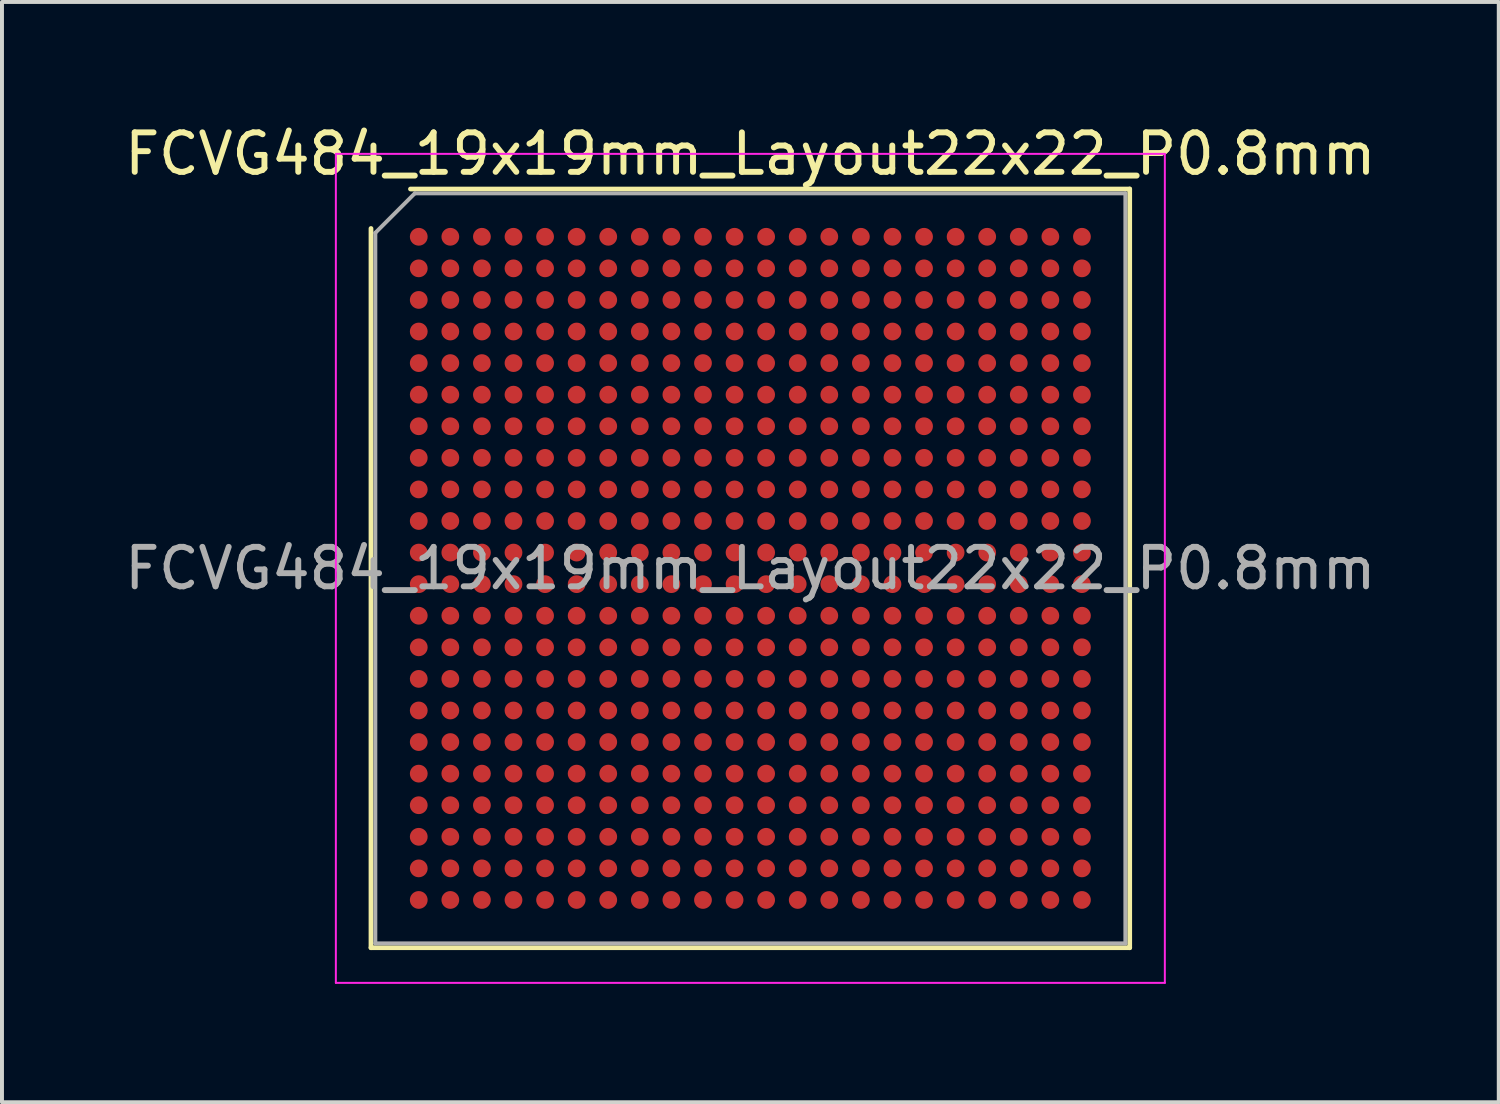
<source format=kicad_pcb>
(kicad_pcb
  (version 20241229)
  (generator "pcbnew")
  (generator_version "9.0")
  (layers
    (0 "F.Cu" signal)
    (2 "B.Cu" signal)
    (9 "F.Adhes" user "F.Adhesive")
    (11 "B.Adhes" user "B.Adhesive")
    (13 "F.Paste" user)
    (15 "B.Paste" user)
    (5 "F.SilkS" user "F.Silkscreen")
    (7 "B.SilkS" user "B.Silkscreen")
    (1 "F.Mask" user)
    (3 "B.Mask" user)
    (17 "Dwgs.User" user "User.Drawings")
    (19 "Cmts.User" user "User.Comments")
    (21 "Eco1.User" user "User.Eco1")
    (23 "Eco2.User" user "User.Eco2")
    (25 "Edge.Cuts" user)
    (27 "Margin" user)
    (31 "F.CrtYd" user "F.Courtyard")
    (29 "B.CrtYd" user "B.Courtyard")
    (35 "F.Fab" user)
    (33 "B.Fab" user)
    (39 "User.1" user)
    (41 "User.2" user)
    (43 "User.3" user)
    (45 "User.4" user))
  (footprint "FCVG484_19x19mm_Layout22x22_P0.8mm"
    (layer "F.Cu")
    (at 15.958 11.348)
    (property "Reference" "FCVG484_19x19mm_Layout22x22_P0.8mm" (at 0 -10.5 0) (layer "F.SilkS") (effects (font (size 1 1) (thickness 0.15))))
    (attr smd)
    (fp_line (start -9.61 9.61) (end -9.61 -8.61) (stroke (width 0.12) (type solid)) (layer "F.SilkS"))
    (fp_line (start -8.61 -9.61) (end 9.61 -9.61) (stroke (width 0.12) (type solid)) (layer "F.SilkS"))
    (fp_line (start 9.61 -9.61) (end 9.61 9.61) (stroke (width 0.12) (type solid)) (layer "F.SilkS"))
    (fp_line (start 9.61 9.61) (end -9.61 9.61) (stroke (width 0.12) (type solid)) (layer "F.SilkS"))
    (fp_line (start -10.5 -10.5) (end -10.5 10.5) (stroke (width 0.05) (type solid)) (layer "F.CrtYd"))
    (fp_line (start -10.5 10.5) (end 10.5 10.5) (stroke (width 0.05) (type solid)) (layer "F.CrtYd"))
    (fp_line (start 10.5 -10.5) (end -10.5 -10.5) (stroke (width 0.05) (type solid)) (layer "F.CrtYd"))
    (fp_line (start 10.5 10.5) (end 10.5 -10.5) (stroke (width 0.05) (type solid)) (layer "F.CrtYd"))
    (fp_line (start -9.5 -8.5) (end -8.5 -9.5) (stroke (width 0.1) (type solid)) (layer "F.Fab"))
    (fp_line (start -9.5 9.5) (end -9.5 -8.5) (stroke (width 0.1) (type solid)) (layer "F.Fab"))
    (fp_line (start -8.5 -9.5) (end 9.5 -9.5) (stroke (width 0.1) (type solid)) (layer "F.Fab"))
    (fp_line (start 9.5 -9.5) (end 9.5 9.5) (stroke (width 0.1) (type solid)) (layer "F.Fab"))
    (fp_line (start 9.5 9.5) (end -9.5 9.5) (stroke (width 0.1) (type solid)) (layer "F.Fab"))
    (fp_text user "${REFERENCE}" (at 0 0 0) (layer "F.Fab") (effects (font (size 1 1) (thickness 0.15))))
    (pad "A1" smd circle (at -8.4 -8.4) (size 0.45 0.45) (layers "F.Cu" "F.Mask" "F.Paste"))
    (pad "A2" smd circle (at -7.6 -8.4) (size 0.45 0.45) (layers "F.Cu" "F.Mask" "F.Paste"))
    (pad "A3" smd circle (at -6.8 -8.4) (size 0.45 0.45) (layers "F.Cu" "F.Mask" "F.Paste"))
    (pad "A4" smd circle (at -6 -8.4) (size 0.45 0.45) (layers "F.Cu" "F.Mask" "F.Paste"))
    (pad "A5" smd circle (at -5.2 -8.4) (size 0.45 0.45) (layers "F.Cu" "F.Mask" "F.Paste"))
    (pad "A6" smd circle (at -4.4 -8.4) (size 0.45 0.45) (layers "F.Cu" "F.Mask" "F.Paste"))
    (pad "A7" smd circle (at -3.6 -8.4) (size 0.45 0.45) (layers "F.Cu" "F.Mask" "F.Paste"))
    (pad "A8" smd circle (at -2.8 -8.4) (size 0.45 0.45) (layers "F.Cu" "F.Mask" "F.Paste"))
    (pad "A9" smd circle (at -2 -8.4) (size 0.45 0.45) (layers "F.Cu" "F.Mask" "F.Paste"))
    (pad "A10" smd circle (at -1.2 -8.4) (size 0.45 0.45) (layers "F.Cu" "F.Mask" "F.Paste"))
    (pad "A11" smd circle (at -0.4 -8.4) (size 0.45 0.45) (layers "F.Cu" "F.Mask" "F.Paste"))
    (pad "A12" smd circle (at 0.4 -8.4) (size 0.45 0.45) (layers "F.Cu" "F.Mask" "F.Paste"))
    (pad "A13" smd circle (at 1.2 -8.4) (size 0.45 0.45) (layers "F.Cu" "F.Mask" "F.Paste"))
    (pad "A14" smd circle (at 2 -8.4) (size 0.45 0.45) (layers "F.Cu" "F.Mask" "F.Paste"))
    (pad "A15" smd circle (at 2.8 -8.4) (size 0.45 0.45) (layers "F.Cu" "F.Mask" "F.Paste"))
    (pad "A16" smd circle (at 3.6 -8.4) (size 0.45 0.45) (layers "F.Cu" "F.Mask" "F.Paste"))
    (pad "A17" smd circle (at 4.4 -8.4) (size 0.45 0.45) (layers "F.Cu" "F.Mask" "F.Paste"))
    (pad "A18" smd circle (at 5.2 -8.4) (size 0.45 0.45) (layers "F.Cu" "F.Mask" "F.Paste"))
    (pad "A19" smd circle (at 6 -8.4) (size 0.45 0.45) (layers "F.Cu" "F.Mask" "F.Paste"))
    (pad "A20" smd circle (at 6.8 -8.4) (size 0.45 0.45) (layers "F.Cu" "F.Mask" "F.Paste"))
    (pad "A21" smd circle (at 7.6 -8.4) (size 0.45 0.45) (layers "F.Cu" "F.Mask" "F.Paste"))
    (pad "A22" smd circle (at 8.4 -8.4) (size 0.45 0.45) (layers "F.Cu" "F.Mask" "F.Paste"))
    (pad "AA1" smd circle (at -8.4 7.6) (size 0.45 0.45) (layers "F.Cu" "F.Mask" "F.Paste"))
    (pad "AA2" smd circle (at -7.6 7.6) (size 0.45 0.45) (layers "F.Cu" "F.Mask" "F.Paste"))
    (pad "AA3" smd circle (at -6.8 7.6) (size 0.45 0.45) (layers "F.Cu" "F.Mask" "F.Paste"))
    (pad "AA4" smd circle (at -6 7.6) (size 0.45 0.45) (layers "F.Cu" "F.Mask" "F.Paste"))
    (pad "AA5" smd circle (at -5.2 7.6) (size 0.45 0.45) (layers "F.Cu" "F.Mask" "F.Paste"))
    (pad "AA6" smd circle (at -4.4 7.6) (size 0.45 0.45) (layers "F.Cu" "F.Mask" "F.Paste"))
    (pad "AA7" smd circle (at -3.6 7.6) (size 0.45 0.45) (layers "F.Cu" "F.Mask" "F.Paste"))
    (pad "AA8" smd circle (at -2.8 7.6) (size 0.45 0.45) (layers "F.Cu" "F.Mask" "F.Paste"))
    (pad "AA9" smd circle (at -2 7.6) (size 0.45 0.45) (layers "F.Cu" "F.Mask" "F.Paste"))
    (pad "AA10" smd circle (at -1.2 7.6) (size 0.45 0.45) (layers "F.Cu" "F.Mask" "F.Paste"))
    (pad "AA11" smd circle (at -0.4 7.6) (size 0.45 0.45) (layers "F.Cu" "F.Mask" "F.Paste"))
    (pad "AA12" smd circle (at 0.4 7.6) (size 0.45 0.45) (layers "F.Cu" "F.Mask" "F.Paste"))
    (pad "AA13" smd circle (at 1.2 7.6) (size 0.45 0.45) (layers "F.Cu" "F.Mask" "F.Paste"))
    (pad "AA14" smd circle (at 2 7.6) (size 0.45 0.45) (layers "F.Cu" "F.Mask" "F.Paste"))
    (pad "AA15" smd circle (at 2.8 7.6) (size 0.45 0.45) (layers "F.Cu" "F.Mask" "F.Paste"))
    (pad "AA16" smd circle (at 3.6 7.6) (size 0.45 0.45) (layers "F.Cu" "F.Mask" "F.Paste"))
    (pad "AA17" smd circle (at 4.4 7.6) (size 0.45 0.45) (layers "F.Cu" "F.Mask" "F.Paste"))
    (pad "AA18" smd circle (at 5.2 7.6) (size 0.45 0.45) (layers "F.Cu" "F.Mask" "F.Paste"))
    (pad "AA19" smd circle (at 6 7.6) (size 0.45 0.45) (layers "F.Cu" "F.Mask" "F.Paste"))
    (pad "AA20" smd circle (at 6.8 7.6) (size 0.45 0.45) (layers "F.Cu" "F.Mask" "F.Paste"))
    (pad "AA21" smd circle (at 7.6 7.6) (size 0.45 0.45) (layers "F.Cu" "F.Mask" "F.Paste"))
    (pad "AA22" smd circle (at 8.4 7.6) (size 0.45 0.45) (layers "F.Cu" "F.Mask" "F.Paste"))
    (pad "AB1" smd circle (at -8.4 8.4) (size 0.45 0.45) (layers "F.Cu" "F.Mask" "F.Paste"))
    (pad "AB2" smd circle (at -7.6 8.4) (size 0.45 0.45) (layers "F.Cu" "F.Mask" "F.Paste"))
    (pad "AB3" smd circle (at -6.8 8.4) (size 0.45 0.45) (layers "F.Cu" "F.Mask" "F.Paste"))
    (pad "AB4" smd circle (at -6 8.4) (size 0.45 0.45) (layers "F.Cu" "F.Mask" "F.Paste"))
    (pad "AB5" smd circle (at -5.2 8.4) (size 0.45 0.45) (layers "F.Cu" "F.Mask" "F.Paste"))
    (pad "AB6" smd circle (at -4.4 8.4) (size 0.45 0.45) (layers "F.Cu" "F.Mask" "F.Paste"))
    (pad "AB7" smd circle (at -3.6 8.4) (size 0.45 0.45) (layers "F.Cu" "F.Mask" "F.Paste"))
    (pad "AB8" smd circle (at -2.8 8.4) (size 0.45 0.45) (layers "F.Cu" "F.Mask" "F.Paste"))
    (pad "AB9" smd circle (at -2 8.4) (size 0.45 0.45) (layers "F.Cu" "F.Mask" "F.Paste"))
    (pad "AB10" smd circle (at -1.2 8.4) (size 0.45 0.45) (layers "F.Cu" "F.Mask" "F.Paste"))
    (pad "AB11" smd circle (at -0.4 8.4) (size 0.45 0.45) (layers "F.Cu" "F.Mask" "F.Paste"))
    (pad "AB12" smd circle (at 0.4 8.4) (size 0.45 0.45) (layers "F.Cu" "F.Mask" "F.Paste"))
    (pad "AB13" smd circle (at 1.2 8.4) (size 0.45 0.45) (layers "F.Cu" "F.Mask" "F.Paste"))
    (pad "AB14" smd circle (at 2 8.4) (size 0.45 0.45) (layers "F.Cu" "F.Mask" "F.Paste"))
    (pad "AB15" smd circle (at 2.8 8.4) (size 0.45 0.45) (layers "F.Cu" "F.Mask" "F.Paste"))
    (pad "AB16" smd circle (at 3.6 8.4) (size 0.45 0.45) (layers "F.Cu" "F.Mask" "F.Paste"))
    (pad "AB17" smd circle (at 4.4 8.4) (size 0.45 0.45) (layers "F.Cu" "F.Mask" "F.Paste"))
    (pad "AB18" smd circle (at 5.2 8.4) (size 0.45 0.45) (layers "F.Cu" "F.Mask" "F.Paste"))
    (pad "AB19" smd circle (at 6 8.4) (size 0.45 0.45) (layers "F.Cu" "F.Mask" "F.Paste"))
    (pad "AB20" smd circle (at 6.8 8.4) (size 0.45 0.45) (layers "F.Cu" "F.Mask" "F.Paste"))
    (pad "AB21" smd circle (at 7.6 8.4) (size 0.45 0.45) (layers "F.Cu" "F.Mask" "F.Paste"))
    (pad "AB22" smd circle (at 8.4 8.4) (size 0.45 0.45) (layers "F.Cu" "F.Mask" "F.Paste"))
    (pad "B1" smd circle (at -8.4 -7.6) (size 0.45 0.45) (layers "F.Cu" "F.Mask" "F.Paste"))
    (pad "B2" smd circle (at -7.6 -7.6) (size 0.45 0.45) (layers "F.Cu" "F.Mask" "F.Paste"))
    (pad "B3" smd circle (at -6.8 -7.6) (size 0.45 0.45) (layers "F.Cu" "F.Mask" "F.Paste"))
    (pad "B4" smd circle (at -6 -7.6) (size 0.45 0.45) (layers "F.Cu" "F.Mask" "F.Paste"))
    (pad "B5" smd circle (at -5.2 -7.6) (size 0.45 0.45) (layers "F.Cu" "F.Mask" "F.Paste"))
    (pad "B6" smd circle (at -4.4 -7.6) (size 0.45 0.45) (layers "F.Cu" "F.Mask" "F.Paste"))
    (pad "B7" smd circle (at -3.6 -7.6) (size 0.45 0.45) (layers "F.Cu" "F.Mask" "F.Paste"))
    (pad "B8" smd circle (at -2.8 -7.6) (size 0.45 0.45) (layers "F.Cu" "F.Mask" "F.Paste"))
    (pad "B9" smd circle (at -2 -7.6) (size 0.45 0.45) (layers "F.Cu" "F.Mask" "F.Paste"))
    (pad "B10" smd circle (at -1.2 -7.6) (size 0.45 0.45) (layers "F.Cu" "F.Mask" "F.Paste"))
    (pad "B11" smd circle (at -0.4 -7.6) (size 0.45 0.45) (layers "F.Cu" "F.Mask" "F.Paste"))
    (pad "B12" smd circle (at 0.4 -7.6) (size 0.45 0.45) (layers "F.Cu" "F.Mask" "F.Paste"))
    (pad "B13" smd circle (at 1.2 -7.6) (size 0.45 0.45) (layers "F.Cu" "F.Mask" "F.Paste"))
    (pad "B14" smd circle (at 2 -7.6) (size 0.45 0.45) (layers "F.Cu" "F.Mask" "F.Paste"))
    (pad "B15" smd circle (at 2.8 -7.6) (size 0.45 0.45) (layers "F.Cu" "F.Mask" "F.Paste"))
    (pad "B16" smd circle (at 3.6 -7.6) (size 0.45 0.45) (layers "F.Cu" "F.Mask" "F.Paste"))
    (pad "B17" smd circle (at 4.4 -7.6) (size 0.45 0.45) (layers "F.Cu" "F.Mask" "F.Paste"))
    (pad "B18" smd circle (at 5.2 -7.6) (size 0.45 0.45) (layers "F.Cu" "F.Mask" "F.Paste"))
    (pad "B19" smd circle (at 6 -7.6) (size 0.45 0.45) (layers "F.Cu" "F.Mask" "F.Paste"))
    (pad "B20" smd circle (at 6.8 -7.6) (size 0.45 0.45) (layers "F.Cu" "F.Mask" "F.Paste"))
    (pad "B21" smd circle (at 7.6 -7.6) (size 0.45 0.45) (layers "F.Cu" "F.Mask" "F.Paste"))
    (pad "B22" smd circle (at 8.4 -7.6) (size 0.45 0.45) (layers "F.Cu" "F.Mask" "F.Paste"))
    (pad "C1" smd circle (at -8.4 -6.8) (size 0.45 0.45) (layers "F.Cu" "F.Mask" "F.Paste"))
    (pad "C2" smd circle (at -7.6 -6.8) (size 0.45 0.45) (layers "F.Cu" "F.Mask" "F.Paste"))
    (pad "C3" smd circle (at -6.8 -6.8) (size 0.45 0.45) (layers "F.Cu" "F.Mask" "F.Paste"))
    (pad "C4" smd circle (at -6 -6.8) (size 0.45 0.45) (layers "F.Cu" "F.Mask" "F.Paste"))
    (pad "C5" smd circle (at -5.2 -6.8) (size 0.45 0.45) (layers "F.Cu" "F.Mask" "F.Paste"))
    (pad "C6" smd circle (at -4.4 -6.8) (size 0.45 0.45) (layers "F.Cu" "F.Mask" "F.Paste"))
    (pad "C7" smd circle (at -3.6 -6.8) (size 0.45 0.45) (layers "F.Cu" "F.Mask" "F.Paste"))
    (pad "C8" smd circle (at -2.8 -6.8) (size 0.45 0.45) (layers "F.Cu" "F.Mask" "F.Paste"))
    (pad "C9" smd circle (at -2 -6.8) (size 0.45 0.45) (layers "F.Cu" "F.Mask" "F.Paste"))
    (pad "C10" smd circle (at -1.2 -6.8) (size 0.45 0.45) (layers "F.Cu" "F.Mask" "F.Paste"))
    (pad "C11" smd circle (at -0.4 -6.8) (size 0.45 0.45) (layers "F.Cu" "F.Mask" "F.Paste"))
    (pad "C12" smd circle (at 0.4 -6.8) (size 0.45 0.45) (layers "F.Cu" "F.Mask" "F.Paste"))
    (pad "C13" smd circle (at 1.2 -6.8) (size 0.45 0.45) (layers "F.Cu" "F.Mask" "F.Paste"))
    (pad "C14" smd circle (at 2 -6.8) (size 0.45 0.45) (layers "F.Cu" "F.Mask" "F.Paste"))
    (pad "C15" smd circle (at 2.8 -6.8) (size 0.45 0.45) (layers "F.Cu" "F.Mask" "F.Paste"))
    (pad "C16" smd circle (at 3.6 -6.8) (size 0.45 0.45) (layers "F.Cu" "F.Mask" "F.Paste"))
    (pad "C17" smd circle (at 4.4 -6.8) (size 0.45 0.45) (layers "F.Cu" "F.Mask" "F.Paste"))
    (pad "C18" smd circle (at 5.2 -6.8) (size 0.45 0.45) (layers "F.Cu" "F.Mask" "F.Paste"))
    (pad "C19" smd circle (at 6 -6.8) (size 0.45 0.45) (layers "F.Cu" "F.Mask" "F.Paste"))
    (pad "C20" smd circle (at 6.8 -6.8) (size 0.45 0.45) (layers "F.Cu" "F.Mask" "F.Paste"))
    (pad "C21" smd circle (at 7.6 -6.8) (size 0.45 0.45) (layers "F.Cu" "F.Mask" "F.Paste"))
    (pad "C22" smd circle (at 8.4 -6.8) (size 0.45 0.45) (layers "F.Cu" "F.Mask" "F.Paste"))
    (pad "D1" smd circle (at -8.4 -6) (size 0.45 0.45) (layers "F.Cu" "F.Mask" "F.Paste"))
    (pad "D2" smd circle (at -7.6 -6) (size 0.45 0.45) (layers "F.Cu" "F.Mask" "F.Paste"))
    (pad "D3" smd circle (at -6.8 -6) (size 0.45 0.45) (layers "F.Cu" "F.Mask" "F.Paste"))
    (pad "D4" smd circle (at -6 -6) (size 0.45 0.45) (layers "F.Cu" "F.Mask" "F.Paste"))
    (pad "D5" smd circle (at -5.2 -6) (size 0.45 0.45) (layers "F.Cu" "F.Mask" "F.Paste"))
    (pad "D6" smd circle (at -4.4 -6) (size 0.45 0.45) (layers "F.Cu" "F.Mask" "F.Paste"))
    (pad "D7" smd circle (at -3.6 -6) (size 0.45 0.45) (layers "F.Cu" "F.Mask" "F.Paste"))
    (pad "D8" smd circle (at -2.8 -6) (size 0.45 0.45) (layers "F.Cu" "F.Mask" "F.Paste"))
    (pad "D9" smd circle (at -2 -6) (size 0.45 0.45) (layers "F.Cu" "F.Mask" "F.Paste"))
    (pad "D10" smd circle (at -1.2 -6) (size 0.45 0.45) (layers "F.Cu" "F.Mask" "F.Paste"))
    (pad "D11" smd circle (at -0.4 -6) (size 0.45 0.45) (layers "F.Cu" "F.Mask" "F.Paste"))
    (pad "D12" smd circle (at 0.4 -6) (size 0.45 0.45) (layers "F.Cu" "F.Mask" "F.Paste"))
    (pad "D13" smd circle (at 1.2 -6) (size 0.45 0.45) (layers "F.Cu" "F.Mask" "F.Paste"))
    (pad "D14" smd circle (at 2 -6) (size 0.45 0.45) (layers "F.Cu" "F.Mask" "F.Paste"))
    (pad "D15" smd circle (at 2.8 -6) (size 0.45 0.45) (layers "F.Cu" "F.Mask" "F.Paste"))
    (pad "D16" smd circle (at 3.6 -6) (size 0.45 0.45) (layers "F.Cu" "F.Mask" "F.Paste"))
    (pad "D17" smd circle (at 4.4 -6) (size 0.45 0.45) (layers "F.Cu" "F.Mask" "F.Paste"))
    (pad "D18" smd circle (at 5.2 -6) (size 0.45 0.45) (layers "F.Cu" "F.Mask" "F.Paste"))
    (pad "D19" smd circle (at 6 -6) (size 0.45 0.45) (layers "F.Cu" "F.Mask" "F.Paste"))
    (pad "D20" smd circle (at 6.8 -6) (size 0.45 0.45) (layers "F.Cu" "F.Mask" "F.Paste"))
    (pad "D21" smd circle (at 7.6 -6) (size 0.45 0.45) (layers "F.Cu" "F.Mask" "F.Paste"))
    (pad "D22" smd circle (at 8.4 -6) (size 0.45 0.45) (layers "F.Cu" "F.Mask" "F.Paste"))
    (pad "E1" smd circle (at -8.4 -5.2) (size 0.45 0.45) (layers "F.Cu" "F.Mask" "F.Paste"))
    (pad "E2" smd circle (at -7.6 -5.2) (size 0.45 0.45) (layers "F.Cu" "F.Mask" "F.Paste"))
    (pad "E3" smd circle (at -6.8 -5.2) (size 0.45 0.45) (layers "F.Cu" "F.Mask" "F.Paste"))
    (pad "E4" smd circle (at -6 -5.2) (size 0.45 0.45) (layers "F.Cu" "F.Mask" "F.Paste"))
    (pad "E5" smd circle (at -5.2 -5.2) (size 0.45 0.45) (layers "F.Cu" "F.Mask" "F.Paste"))
    (pad "E6" smd circle (at -4.4 -5.2) (size 0.45 0.45) (layers "F.Cu" "F.Mask" "F.Paste"))
    (pad "E7" smd circle (at -3.6 -5.2) (size 0.45 0.45) (layers "F.Cu" "F.Mask" "F.Paste"))
    (pad "E8" smd circle (at -2.8 -5.2) (size 0.45 0.45) (layers "F.Cu" "F.Mask" "F.Paste"))
    (pad "E9" smd circle (at -2 -5.2) (size 0.45 0.45) (layers "F.Cu" "F.Mask" "F.Paste"))
    (pad "E10" smd circle (at -1.2 -5.2) (size 0.45 0.45) (layers "F.Cu" "F.Mask" "F.Paste"))
    (pad "E11" smd circle (at -0.4 -5.2) (size 0.45 0.45) (layers "F.Cu" "F.Mask" "F.Paste"))
    (pad "E12" smd circle (at 0.4 -5.2) (size 0.45 0.45) (layers "F.Cu" "F.Mask" "F.Paste"))
    (pad "E13" smd circle (at 1.2 -5.2) (size 0.45 0.45) (layers "F.Cu" "F.Mask" "F.Paste"))
    (pad "E14" smd circle (at 2 -5.2) (size 0.45 0.45) (layers "F.Cu" "F.Mask" "F.Paste"))
    (pad "E15" smd circle (at 2.8 -5.2) (size 0.45 0.45) (layers "F.Cu" "F.Mask" "F.Paste"))
    (pad "E16" smd circle (at 3.6 -5.2) (size 0.45 0.45) (layers "F.Cu" "F.Mask" "F.Paste"))
    (pad "E17" smd circle (at 4.4 -5.2) (size 0.45 0.45) (layers "F.Cu" "F.Mask" "F.Paste"))
    (pad "E18" smd circle (at 5.2 -5.2) (size 0.45 0.45) (layers "F.Cu" "F.Mask" "F.Paste"))
    (pad "E19" smd circle (at 6 -5.2) (size 0.45 0.45) (layers "F.Cu" "F.Mask" "F.Paste"))
    (pad "E20" smd circle (at 6.8 -5.2) (size 0.45 0.45) (layers "F.Cu" "F.Mask" "F.Paste"))
    (pad "E21" smd circle (at 7.6 -5.2) (size 0.45 0.45) (layers "F.Cu" "F.Mask" "F.Paste"))
    (pad "E22" smd circle (at 8.4 -5.2) (size 0.45 0.45) (layers "F.Cu" "F.Mask" "F.Paste"))
    (pad "F1" smd circle (at -8.4 -4.4) (size 0.45 0.45) (layers "F.Cu" "F.Mask" "F.Paste"))
    (pad "F2" smd circle (at -7.6 -4.4) (size 0.45 0.45) (layers "F.Cu" "F.Mask" "F.Paste"))
    (pad "F3" smd circle (at -6.8 -4.4) (size 0.45 0.45) (layers "F.Cu" "F.Mask" "F.Paste"))
    (pad "F4" smd circle (at -6 -4.4) (size 0.45 0.45) (layers "F.Cu" "F.Mask" "F.Paste"))
    (pad "F5" smd circle (at -5.2 -4.4) (size 0.45 0.45) (layers "F.Cu" "F.Mask" "F.Paste"))
    (pad "F6" smd circle (at -4.4 -4.4) (size 0.45 0.45) (layers "F.Cu" "F.Mask" "F.Paste"))
    (pad "F7" smd circle (at -3.6 -4.4) (size 0.45 0.45) (layers "F.Cu" "F.Mask" "F.Paste"))
    (pad "F8" smd circle (at -2.8 -4.4) (size 0.45 0.45) (layers "F.Cu" "F.Mask" "F.Paste"))
    (pad "F9" smd circle (at -2 -4.4) (size 0.45 0.45) (layers "F.Cu" "F.Mask" "F.Paste"))
    (pad "F10" smd circle (at -1.2 -4.4) (size 0.45 0.45) (layers "F.Cu" "F.Mask" "F.Paste"))
    (pad "F11" smd circle (at -0.4 -4.4) (size 0.45 0.45) (layers "F.Cu" "F.Mask" "F.Paste"))
    (pad "F12" smd circle (at 0.4 -4.4) (size 0.45 0.45) (layers "F.Cu" "F.Mask" "F.Paste"))
    (pad "F13" smd circle (at 1.2 -4.4) (size 0.45 0.45) (layers "F.Cu" "F.Mask" "F.Paste"))
    (pad "F14" smd circle (at 2 -4.4) (size 0.45 0.45) (layers "F.Cu" "F.Mask" "F.Paste"))
    (pad "F15" smd circle (at 2.8 -4.4) (size 0.45 0.45) (layers "F.Cu" "F.Mask" "F.Paste"))
    (pad "F16" smd circle (at 3.6 -4.4) (size 0.45 0.45) (layers "F.Cu" "F.Mask" "F.Paste"))
    (pad "F17" smd circle (at 4.4 -4.4) (size 0.45 0.45) (layers "F.Cu" "F.Mask" "F.Paste"))
    (pad "F18" smd circle (at 5.2 -4.4) (size 0.45 0.45) (layers "F.Cu" "F.Mask" "F.Paste"))
    (pad "F19" smd circle (at 6 -4.4) (size 0.45 0.45) (layers "F.Cu" "F.Mask" "F.Paste"))
    (pad "F20" smd circle (at 6.8 -4.4) (size 0.45 0.45) (layers "F.Cu" "F.Mask" "F.Paste"))
    (pad "F21" smd circle (at 7.6 -4.4) (size 0.45 0.45) (layers "F.Cu" "F.Mask" "F.Paste"))
    (pad "F22" smd circle (at 8.4 -4.4) (size 0.45 0.45) (layers "F.Cu" "F.Mask" "F.Paste"))
    (pad "G1" smd circle (at -8.4 -3.6) (size 0.45 0.45) (layers "F.Cu" "F.Mask" "F.Paste"))
    (pad "G2" smd circle (at -7.6 -3.6) (size 0.45 0.45) (layers "F.Cu" "F.Mask" "F.Paste"))
    (pad "G3" smd circle (at -6.8 -3.6) (size 0.45 0.45) (layers "F.Cu" "F.Mask" "F.Paste"))
    (pad "G4" smd circle (at -6 -3.6) (size 0.45 0.45) (layers "F.Cu" "F.Mask" "F.Paste"))
    (pad "G5" smd circle (at -5.2 -3.6) (size 0.45 0.45) (layers "F.Cu" "F.Mask" "F.Paste"))
    (pad "G6" smd circle (at -4.4 -3.6) (size 0.45 0.45) (layers "F.Cu" "F.Mask" "F.Paste"))
    (pad "G7" smd circle (at -3.6 -3.6) (size 0.45 0.45) (layers "F.Cu" "F.Mask" "F.Paste"))
    (pad "G8" smd circle (at -2.8 -3.6) (size 0.45 0.45) (layers "F.Cu" "F.Mask" "F.Paste"))
    (pad "G9" smd circle (at -2 -3.6) (size 0.45 0.45) (layers "F.Cu" "F.Mask" "F.Paste"))
    (pad "G10" smd circle (at -1.2 -3.6) (size 0.45 0.45) (layers "F.Cu" "F.Mask" "F.Paste"))
    (pad "G11" smd circle (at -0.4 -3.6) (size 0.45 0.45) (layers "F.Cu" "F.Mask" "F.Paste"))
    (pad "G12" smd circle (at 0.4 -3.6) (size 0.45 0.45) (layers "F.Cu" "F.Mask" "F.Paste"))
    (pad "G13" smd circle (at 1.2 -3.6) (size 0.45 0.45) (layers "F.Cu" "F.Mask" "F.Paste"))
    (pad "G14" smd circle (at 2 -3.6) (size 0.45 0.45) (layers "F.Cu" "F.Mask" "F.Paste"))
    (pad "G15" smd circle (at 2.8 -3.6) (size 0.45 0.45) (layers "F.Cu" "F.Mask" "F.Paste"))
    (pad "G16" smd circle (at 3.6 -3.6) (size 0.45 0.45) (layers "F.Cu" "F.Mask" "F.Paste"))
    (pad "G17" smd circle (at 4.4 -3.6) (size 0.45 0.45) (layers "F.Cu" "F.Mask" "F.Paste"))
    (pad "G18" smd circle (at 5.2 -3.6) (size 0.45 0.45) (layers "F.Cu" "F.Mask" "F.Paste"))
    (pad "G19" smd circle (at 6 -3.6) (size 0.45 0.45) (layers "F.Cu" "F.Mask" "F.Paste"))
    (pad "G20" smd circle (at 6.8 -3.6) (size 0.45 0.45) (layers "F.Cu" "F.Mask" "F.Paste"))
    (pad "G21" smd circle (at 7.6 -3.6) (size 0.45 0.45) (layers "F.Cu" "F.Mask" "F.Paste"))
    (pad "G22" smd circle (at 8.4 -3.6) (size 0.45 0.45) (layers "F.Cu" "F.Mask" "F.Paste"))
    (pad "H1" smd circle (at -8.4 -2.8) (size 0.45 0.45) (layers "F.Cu" "F.Mask" "F.Paste"))
    (pad "H2" smd circle (at -7.6 -2.8) (size 0.45 0.45) (layers "F.Cu" "F.Mask" "F.Paste"))
    (pad "H3" smd circle (at -6.8 -2.8) (size 0.45 0.45) (layers "F.Cu" "F.Mask" "F.Paste"))
    (pad "H4" smd circle (at -6 -2.8) (size 0.45 0.45) (layers "F.Cu" "F.Mask" "F.Paste"))
    (pad "H5" smd circle (at -5.2 -2.8) (size 0.45 0.45) (layers "F.Cu" "F.Mask" "F.Paste"))
    (pad "H6" smd circle (at -4.4 -2.8) (size 0.45 0.45) (layers "F.Cu" "F.Mask" "F.Paste"))
    (pad "H7" smd circle (at -3.6 -2.8) (size 0.45 0.45) (layers "F.Cu" "F.Mask" "F.Paste"))
    (pad "H8" smd circle (at -2.8 -2.8) (size 0.45 0.45) (layers "F.Cu" "F.Mask" "F.Paste"))
    (pad "H9" smd circle (at -2 -2.8) (size 0.45 0.45) (layers "F.Cu" "F.Mask" "F.Paste"))
    (pad "H10" smd circle (at -1.2 -2.8) (size 0.45 0.45) (layers "F.Cu" "F.Mask" "F.Paste"))
    (pad "H11" smd circle (at -0.4 -2.8) (size 0.45 0.45) (layers "F.Cu" "F.Mask" "F.Paste"))
    (pad "H12" smd circle (at 0.4 -2.8) (size 0.45 0.45) (layers "F.Cu" "F.Mask" "F.Paste"))
    (pad "H13" smd circle (at 1.2 -2.8) (size 0.45 0.45) (layers "F.Cu" "F.Mask" "F.Paste"))
    (pad "H14" smd circle (at 2 -2.8) (size 0.45 0.45) (layers "F.Cu" "F.Mask" "F.Paste"))
    (pad "H15" smd circle (at 2.8 -2.8) (size 0.45 0.45) (layers "F.Cu" "F.Mask" "F.Paste"))
    (pad "H16" smd circle (at 3.6 -2.8) (size 0.45 0.45) (layers "F.Cu" "F.Mask" "F.Paste"))
    (pad "H17" smd circle (at 4.4 -2.8) (size 0.45 0.45) (layers "F.Cu" "F.Mask" "F.Paste"))
    (pad "H18" smd circle (at 5.2 -2.8) (size 0.45 0.45) (layers "F.Cu" "F.Mask" "F.Paste"))
    (pad "H19" smd circle (at 6 -2.8) (size 0.45 0.45) (layers "F.Cu" "F.Mask" "F.Paste"))
    (pad "H20" smd circle (at 6.8 -2.8) (size 0.45 0.45) (layers "F.Cu" "F.Mask" "F.Paste"))
    (pad "H21" smd circle (at 7.6 -2.8) (size 0.45 0.45) (layers "F.Cu" "F.Mask" "F.Paste"))
    (pad "H22" smd circle (at 8.4 -2.8) (size 0.45 0.45) (layers "F.Cu" "F.Mask" "F.Paste"))
    (pad "J1" smd circle (at -8.4 -2) (size 0.45 0.45) (layers "F.Cu" "F.Mask" "F.Paste"))
    (pad "J2" smd circle (at -7.6 -2) (size 0.45 0.45) (layers "F.Cu" "F.Mask" "F.Paste"))
    (pad "J3" smd circle (at -6.8 -2) (size 0.45 0.45) (layers "F.Cu" "F.Mask" "F.Paste"))
    (pad "J4" smd circle (at -6 -2) (size 0.45 0.45) (layers "F.Cu" "F.Mask" "F.Paste"))
    (pad "J5" smd circle (at -5.2 -2) (size 0.45 0.45) (layers "F.Cu" "F.Mask" "F.Paste"))
    (pad "J6" smd circle (at -4.4 -2) (size 0.45 0.45) (layers "F.Cu" "F.Mask" "F.Paste"))
    (pad "J7" smd circle (at -3.6 -2) (size 0.45 0.45) (layers "F.Cu" "F.Mask" "F.Paste"))
    (pad "J8" smd circle (at -2.8 -2) (size 0.45 0.45) (layers "F.Cu" "F.Mask" "F.Paste"))
    (pad "J9" smd circle (at -2 -2) (size 0.45 0.45) (layers "F.Cu" "F.Mask" "F.Paste"))
    (pad "J10" smd circle (at -1.2 -2) (size 0.45 0.45) (layers "F.Cu" "F.Mask" "F.Paste"))
    (pad "J11" smd circle (at -0.4 -2) (size 0.45 0.45) (layers "F.Cu" "F.Mask" "F.Paste"))
    (pad "J12" smd circle (at 0.4 -2) (size 0.45 0.45) (layers "F.Cu" "F.Mask" "F.Paste"))
    (pad "J13" smd circle (at 1.2 -2) (size 0.45 0.45) (layers "F.Cu" "F.Mask" "F.Paste"))
    (pad "J14" smd circle (at 2 -2) (size 0.45 0.45) (layers "F.Cu" "F.Mask" "F.Paste"))
    (pad "J15" smd circle (at 2.8 -2) (size 0.45 0.45) (layers "F.Cu" "F.Mask" "F.Paste"))
    (pad "J16" smd circle (at 3.6 -2) (size 0.45 0.45) (layers "F.Cu" "F.Mask" "F.Paste"))
    (pad "J17" smd circle (at 4.4 -2) (size 0.45 0.45) (layers "F.Cu" "F.Mask" "F.Paste"))
    (pad "J18" smd circle (at 5.2 -2) (size 0.45 0.45) (layers "F.Cu" "F.Mask" "F.Paste"))
    (pad "J19" smd circle (at 6 -2) (size 0.45 0.45) (layers "F.Cu" "F.Mask" "F.Paste"))
    (pad "J20" smd circle (at 6.8 -2) (size 0.45 0.45) (layers "F.Cu" "F.Mask" "F.Paste"))
    (pad "J21" smd circle (at 7.6 -2) (size 0.45 0.45) (layers "F.Cu" "F.Mask" "F.Paste"))
    (pad "J22" smd circle (at 8.4 -2) (size 0.45 0.45) (layers "F.Cu" "F.Mask" "F.Paste"))
    (pad "K1" smd circle (at -8.4 -1.2) (size 0.45 0.45) (layers "F.Cu" "F.Mask" "F.Paste"))
    (pad "K2" smd circle (at -7.6 -1.2) (size 0.45 0.45) (layers "F.Cu" "F.Mask" "F.Paste"))
    (pad "K3" smd circle (at -6.8 -1.2) (size 0.45 0.45) (layers "F.Cu" "F.Mask" "F.Paste"))
    (pad "K4" smd circle (at -6 -1.2) (size 0.45 0.45) (layers "F.Cu" "F.Mask" "F.Paste"))
    (pad "K5" smd circle (at -5.2 -1.2) (size 0.45 0.45) (layers "F.Cu" "F.Mask" "F.Paste"))
    (pad "K6" smd circle (at -4.4 -1.2) (size 0.45 0.45) (layers "F.Cu" "F.Mask" "F.Paste"))
    (pad "K7" smd circle (at -3.6 -1.2) (size 0.45 0.45) (layers "F.Cu" "F.Mask" "F.Paste"))
    (pad "K8" smd circle (at -2.8 -1.2) (size 0.45 0.45) (layers "F.Cu" "F.Mask" "F.Paste"))
    (pad "K9" smd circle (at -2 -1.2) (size 0.45 0.45) (layers "F.Cu" "F.Mask" "F.Paste"))
    (pad "K10" smd circle (at -1.2 -1.2) (size 0.45 0.45) (layers "F.Cu" "F.Mask" "F.Paste"))
    (pad "K11" smd circle (at -0.4 -1.2) (size 0.45 0.45) (layers "F.Cu" "F.Mask" "F.Paste"))
    (pad "K12" smd circle (at 0.4 -1.2) (size 0.45 0.45) (layers "F.Cu" "F.Mask" "F.Paste"))
    (pad "K13" smd circle (at 1.2 -1.2) (size 0.45 0.45) (layers "F.Cu" "F.Mask" "F.Paste"))
    (pad "K14" smd circle (at 2 -1.2) (size 0.45 0.45) (layers "F.Cu" "F.Mask" "F.Paste"))
    (pad "K15" smd circle (at 2.8 -1.2) (size 0.45 0.45) (layers "F.Cu" "F.Mask" "F.Paste"))
    (pad "K16" smd circle (at 3.6 -1.2) (size 0.45 0.45) (layers "F.Cu" "F.Mask" "F.Paste"))
    (pad "K17" smd circle (at 4.4 -1.2) (size 0.45 0.45) (layers "F.Cu" "F.Mask" "F.Paste"))
    (pad "K18" smd circle (at 5.2 -1.2) (size 0.45 0.45) (layers "F.Cu" "F.Mask" "F.Paste"))
    (pad "K19" smd circle (at 6 -1.2) (size 0.45 0.45) (layers "F.Cu" "F.Mask" "F.Paste"))
    (pad "K20" smd circle (at 6.8 -1.2) (size 0.45 0.45) (layers "F.Cu" "F.Mask" "F.Paste"))
    (pad "K21" smd circle (at 7.6 -1.2) (size 0.45 0.45) (layers "F.Cu" "F.Mask" "F.Paste"))
    (pad "K22" smd circle (at 8.4 -1.2) (size 0.45 0.45) (layers "F.Cu" "F.Mask" "F.Paste"))
    (pad "L1" smd circle (at -8.4 -0.4) (size 0.45 0.45) (layers "F.Cu" "F.Mask" "F.Paste"))
    (pad "L2" smd circle (at -7.6 -0.4) (size 0.45 0.45) (layers "F.Cu" "F.Mask" "F.Paste"))
    (pad "L3" smd circle (at -6.8 -0.4) (size 0.45 0.45) (layers "F.Cu" "F.Mask" "F.Paste"))
    (pad "L4" smd circle (at -6 -0.4) (size 0.45 0.45) (layers "F.Cu" "F.Mask" "F.Paste"))
    (pad "L5" smd circle (at -5.2 -0.4) (size 0.45 0.45) (layers "F.Cu" "F.Mask" "F.Paste"))
    (pad "L6" smd circle (at -4.4 -0.4) (size 0.45 0.45) (layers "F.Cu" "F.Mask" "F.Paste"))
    (pad "L7" smd circle (at -3.6 -0.4) (size 0.45 0.45) (layers "F.Cu" "F.Mask" "F.Paste"))
    (pad "L8" smd circle (at -2.8 -0.4) (size 0.45 0.45) (layers "F.Cu" "F.Mask" "F.Paste"))
    (pad "L9" smd circle (at -2 -0.4) (size 0.45 0.45) (layers "F.Cu" "F.Mask" "F.Paste"))
    (pad "L10" smd circle (at -1.2 -0.4) (size 0.45 0.45) (layers "F.Cu" "F.Mask" "F.Paste"))
    (pad "L11" smd circle (at -0.4 -0.4) (size 0.45 0.45) (layers "F.Cu" "F.Mask" "F.Paste"))
    (pad "L12" smd circle (at 0.4 -0.4) (size 0.45 0.45) (layers "F.Cu" "F.Mask" "F.Paste"))
    (pad "L13" smd circle (at 1.2 -0.4) (size 0.45 0.45) (layers "F.Cu" "F.Mask" "F.Paste"))
    (pad "L14" smd circle (at 2 -0.4) (size 0.45 0.45) (layers "F.Cu" "F.Mask" "F.Paste"))
    (pad "L15" smd circle (at 2.8 -0.4) (size 0.45 0.45) (layers "F.Cu" "F.Mask" "F.Paste"))
    (pad "L16" smd circle (at 3.6 -0.4) (size 0.45 0.45) (layers "F.Cu" "F.Mask" "F.Paste"))
    (pad "L17" smd circle (at 4.4 -0.4) (size 0.45 0.45) (layers "F.Cu" "F.Mask" "F.Paste"))
    (pad "L18" smd circle (at 5.2 -0.4) (size 0.45 0.45) (layers "F.Cu" "F.Mask" "F.Paste"))
    (pad "L19" smd circle (at 6 -0.4) (size 0.45 0.45) (layers "F.Cu" "F.Mask" "F.Paste"))
    (pad "L20" smd circle (at 6.8 -0.4) (size 0.45 0.45) (layers "F.Cu" "F.Mask" "F.Paste"))
    (pad "L21" smd circle (at 7.6 -0.4) (size 0.45 0.45) (layers "F.Cu" "F.Mask" "F.Paste"))
    (pad "L22" smd circle (at 8.4 -0.4) (size 0.45 0.45) (layers "F.Cu" "F.Mask" "F.Paste"))
    (pad "M1" smd circle (at -8.4 0.4) (size 0.45 0.45) (layers "F.Cu" "F.Mask" "F.Paste"))
    (pad "M2" smd circle (at -7.6 0.4) (size 0.45 0.45) (layers "F.Cu" "F.Mask" "F.Paste"))
    (pad "M3" smd circle (at -6.8 0.4) (size 0.45 0.45) (layers "F.Cu" "F.Mask" "F.Paste"))
    (pad "M4" smd circle (at -6 0.4) (size 0.45 0.45) (layers "F.Cu" "F.Mask" "F.Paste"))
    (pad "M5" smd circle (at -5.2 0.4) (size 0.45 0.45) (layers "F.Cu" "F.Mask" "F.Paste"))
    (pad "M6" smd circle (at -4.4 0.4) (size 0.45 0.45) (layers "F.Cu" "F.Mask" "F.Paste"))
    (pad "M7" smd circle (at -3.6 0.4) (size 0.45 0.45) (layers "F.Cu" "F.Mask" "F.Paste"))
    (pad "M8" smd circle (at -2.8 0.4) (size 0.45 0.45) (layers "F.Cu" "F.Mask" "F.Paste"))
    (pad "M9" smd circle (at -2 0.4) (size 0.45 0.45) (layers "F.Cu" "F.Mask" "F.Paste"))
    (pad "M10" smd circle (at -1.2 0.4) (size 0.45 0.45) (layers "F.Cu" "F.Mask" "F.Paste"))
    (pad "M11" smd circle (at -0.4 0.4) (size 0.45 0.45) (layers "F.Cu" "F.Mask" "F.Paste"))
    (pad "M12" smd circle (at 0.4 0.4) (size 0.45 0.45) (layers "F.Cu" "F.Mask" "F.Paste"))
    (pad "M13" smd circle (at 1.2 0.4) (size 0.45 0.45) (layers "F.Cu" "F.Mask" "F.Paste"))
    (pad "M14" smd circle (at 2 0.4) (size 0.45 0.45) (layers "F.Cu" "F.Mask" "F.Paste"))
    (pad "M15" smd circle (at 2.8 0.4) (size 0.45 0.45) (layers "F.Cu" "F.Mask" "F.Paste"))
    (pad "M16" smd circle (at 3.6 0.4) (size 0.45 0.45) (layers "F.Cu" "F.Mask" "F.Paste"))
    (pad "M17" smd circle (at 4.4 0.4) (size 0.45 0.45) (layers "F.Cu" "F.Mask" "F.Paste"))
    (pad "M18" smd circle (at 5.2 0.4) (size 0.45 0.45) (layers "F.Cu" "F.Mask" "F.Paste"))
    (pad "M19" smd circle (at 6 0.4) (size 0.45 0.45) (layers "F.Cu" "F.Mask" "F.Paste"))
    (pad "M20" smd circle (at 6.8 0.4) (size 0.45 0.45) (layers "F.Cu" "F.Mask" "F.Paste"))
    (pad "M21" smd circle (at 7.6 0.4) (size 0.45 0.45) (layers "F.Cu" "F.Mask" "F.Paste"))
    (pad "M22" smd circle (at 8.4 0.4) (size 0.45 0.45) (layers "F.Cu" "F.Mask" "F.Paste"))
    (pad "N1" smd circle (at -8.4 1.2) (size 0.45 0.45) (layers "F.Cu" "F.Mask" "F.Paste"))
    (pad "N2" smd circle (at -7.6 1.2) (size 0.45 0.45) (layers "F.Cu" "F.Mask" "F.Paste"))
    (pad "N3" smd circle (at -6.8 1.2) (size 0.45 0.45) (layers "F.Cu" "F.Mask" "F.Paste"))
    (pad "N4" smd circle (at -6 1.2) (size 0.45 0.45) (layers "F.Cu" "F.Mask" "F.Paste"))
    (pad "N5" smd circle (at -5.2 1.2) (size 0.45 0.45) (layers "F.Cu" "F.Mask" "F.Paste"))
    (pad "N6" smd circle (at -4.4 1.2) (size 0.45 0.45) (layers "F.Cu" "F.Mask" "F.Paste"))
    (pad "N7" smd circle (at -3.6 1.2) (size 0.45 0.45) (layers "F.Cu" "F.Mask" "F.Paste"))
    (pad "N8" smd circle (at -2.8 1.2) (size 0.45 0.45) (layers "F.Cu" "F.Mask" "F.Paste"))
    (pad "N9" smd circle (at -2 1.2) (size 0.45 0.45) (layers "F.Cu" "F.Mask" "F.Paste"))
    (pad "N10" smd circle (at -1.2 1.2) (size 0.45 0.45) (layers "F.Cu" "F.Mask" "F.Paste"))
    (pad "N11" smd circle (at -0.4 1.2) (size 0.45 0.45) (layers "F.Cu" "F.Mask" "F.Paste"))
    (pad "N12" smd circle (at 0.4 1.2) (size 0.45 0.45) (layers "F.Cu" "F.Mask" "F.Paste"))
    (pad "N13" smd circle (at 1.2 1.2) (size 0.45 0.45) (layers "F.Cu" "F.Mask" "F.Paste"))
    (pad "N14" smd circle (at 2 1.2) (size 0.45 0.45) (layers "F.Cu" "F.Mask" "F.Paste"))
    (pad "N15" smd circle (at 2.8 1.2) (size 0.45 0.45) (layers "F.Cu" "F.Mask" "F.Paste"))
    (pad "N16" smd circle (at 3.6 1.2) (size 0.45 0.45) (layers "F.Cu" "F.Mask" "F.Paste"))
    (pad "N17" smd circle (at 4.4 1.2) (size 0.45 0.45) (layers "F.Cu" "F.Mask" "F.Paste"))
    (pad "N18" smd circle (at 5.2 1.2) (size 0.45 0.45) (layers "F.Cu" "F.Mask" "F.Paste"))
    (pad "N19" smd circle (at 6 1.2) (size 0.45 0.45) (layers "F.Cu" "F.Mask" "F.Paste"))
    (pad "N20" smd circle (at 6.8 1.2) (size 0.45 0.45) (layers "F.Cu" "F.Mask" "F.Paste"))
    (pad "N21" smd circle (at 7.6 1.2) (size 0.45 0.45) (layers "F.Cu" "F.Mask" "F.Paste"))
    (pad "N22" smd circle (at 8.4 1.2) (size 0.45 0.45) (layers "F.Cu" "F.Mask" "F.Paste"))
    (pad "P1" smd circle (at -8.4 2) (size 0.45 0.45) (layers "F.Cu" "F.Mask" "F.Paste"))
    (pad "P2" smd circle (at -7.6 2) (size 0.45 0.45) (layers "F.Cu" "F.Mask" "F.Paste"))
    (pad "P3" smd circle (at -6.8 2) (size 0.45 0.45) (layers "F.Cu" "F.Mask" "F.Paste"))
    (pad "P4" smd circle (at -6 2) (size 0.45 0.45) (layers "F.Cu" "F.Mask" "F.Paste"))
    (pad "P5" smd circle (at -5.2 2) (size 0.45 0.45) (layers "F.Cu" "F.Mask" "F.Paste"))
    (pad "P6" smd circle (at -4.4 2) (size 0.45 0.45) (layers "F.Cu" "F.Mask" "F.Paste"))
    (pad "P7" smd circle (at -3.6 2) (size 0.45 0.45) (layers "F.Cu" "F.Mask" "F.Paste"))
    (pad "P8" smd circle (at -2.8 2) (size 0.45 0.45) (layers "F.Cu" "F.Mask" "F.Paste"))
    (pad "P9" smd circle (at -2 2) (size 0.45 0.45) (layers "F.Cu" "F.Mask" "F.Paste"))
    (pad "P10" smd circle (at -1.2 2) (size 0.45 0.45) (layers "F.Cu" "F.Mask" "F.Paste"))
    (pad "P11" smd circle (at -0.4 2) (size 0.45 0.45) (layers "F.Cu" "F.Mask" "F.Paste"))
    (pad "P12" smd circle (at 0.4 2) (size 0.45 0.45) (layers "F.Cu" "F.Mask" "F.Paste"))
    (pad "P13" smd circle (at 1.2 2) (size 0.45 0.45) (layers "F.Cu" "F.Mask" "F.Paste"))
    (pad "P14" smd circle (at 2 2) (size 0.45 0.45) (layers "F.Cu" "F.Mask" "F.Paste"))
    (pad "P15" smd circle (at 2.8 2) (size 0.45 0.45) (layers "F.Cu" "F.Mask" "F.Paste"))
    (pad "P16" smd circle (at 3.6 2) (size 0.45 0.45) (layers "F.Cu" "F.Mask" "F.Paste"))
    (pad "P17" smd circle (at 4.4 2) (size 0.45 0.45) (layers "F.Cu" "F.Mask" "F.Paste"))
    (pad "P18" smd circle (at 5.2 2) (size 0.45 0.45) (layers "F.Cu" "F.Mask" "F.Paste"))
    (pad "P19" smd circle (at 6 2) (size 0.45 0.45) (layers "F.Cu" "F.Mask" "F.Paste"))
    (pad "P20" smd circle (at 6.8 2) (size 0.45 0.45) (layers "F.Cu" "F.Mask" "F.Paste"))
    (pad "P21" smd circle (at 7.6 2) (size 0.45 0.45) (layers "F.Cu" "F.Mask" "F.Paste"))
    (pad "P22" smd circle (at 8.4 2) (size 0.45 0.45) (layers "F.Cu" "F.Mask" "F.Paste"))
    (pad "R1" smd circle (at -8.4 2.8) (size 0.45 0.45) (layers "F.Cu" "F.Mask" "F.Paste"))
    (pad "R2" smd circle (at -7.6 2.8) (size 0.45 0.45) (layers "F.Cu" "F.Mask" "F.Paste"))
    (pad "R3" smd circle (at -6.8 2.8) (size 0.45 0.45) (layers "F.Cu" "F.Mask" "F.Paste"))
    (pad "R4" smd circle (at -6 2.8) (size 0.45 0.45) (layers "F.Cu" "F.Mask" "F.Paste"))
    (pad "R5" smd circle (at -5.2 2.8) (size 0.45 0.45) (layers "F.Cu" "F.Mask" "F.Paste"))
    (pad "R6" smd circle (at -4.4 2.8) (size 0.45 0.45) (layers "F.Cu" "F.Mask" "F.Paste"))
    (pad "R7" smd circle (at -3.6 2.8) (size 0.45 0.45) (layers "F.Cu" "F.Mask" "F.Paste"))
    (pad "R8" smd circle (at -2.8 2.8) (size 0.45 0.45) (layers "F.Cu" "F.Mask" "F.Paste"))
    (pad "R9" smd circle (at -2 2.8) (size 0.45 0.45) (layers "F.Cu" "F.Mask" "F.Paste"))
    (pad "R10" smd circle (at -1.2 2.8) (size 0.45 0.45) (layers "F.Cu" "F.Mask" "F.Paste"))
    (pad "R11" smd circle (at -0.4 2.8) (size 0.45 0.45) (layers "F.Cu" "F.Mask" "F.Paste"))
    (pad "R12" smd circle (at 0.4 2.8) (size 0.45 0.45) (layers "F.Cu" "F.Mask" "F.Paste"))
    (pad "R13" smd circle (at 1.2 2.8) (size 0.45 0.45) (layers "F.Cu" "F.Mask" "F.Paste"))
    (pad "R14" smd circle (at 2 2.8) (size 0.45 0.45) (layers "F.Cu" "F.Mask" "F.Paste"))
    (pad "R15" smd circle (at 2.8 2.8) (size 0.45 0.45) (layers "F.Cu" "F.Mask" "F.Paste"))
    (pad "R16" smd circle (at 3.6 2.8) (size 0.45 0.45) (layers "F.Cu" "F.Mask" "F.Paste"))
    (pad "R17" smd circle (at 4.4 2.8) (size 0.45 0.45) (layers "F.Cu" "F.Mask" "F.Paste"))
    (pad "R18" smd circle (at 5.2 2.8) (size 0.45 0.45) (layers "F.Cu" "F.Mask" "F.Paste"))
    (pad "R19" smd circle (at 6 2.8) (size 0.45 0.45) (layers "F.Cu" "F.Mask" "F.Paste"))
    (pad "R20" smd circle (at 6.8 2.8) (size 0.45 0.45) (layers "F.Cu" "F.Mask" "F.Paste"))
    (pad "R21" smd circle (at 7.6 2.8) (size 0.45 0.45) (layers "F.Cu" "F.Mask" "F.Paste"))
    (pad "R22" smd circle (at 8.4 2.8) (size 0.45 0.45) (layers "F.Cu" "F.Mask" "F.Paste"))
    (pad "T1" smd circle (at -8.4 3.6) (size 0.45 0.45) (layers "F.Cu" "F.Mask" "F.Paste"))
    (pad "T2" smd circle (at -7.6 3.6) (size 0.45 0.45) (layers "F.Cu" "F.Mask" "F.Paste"))
    (pad "T3" smd circle (at -6.8 3.6) (size 0.45 0.45) (layers "F.Cu" "F.Mask" "F.Paste"))
    (pad "T4" smd circle (at -6 3.6) (size 0.45 0.45) (layers "F.Cu" "F.Mask" "F.Paste"))
    (pad "T5" smd circle (at -5.2 3.6) (size 0.45 0.45) (layers "F.Cu" "F.Mask" "F.Paste"))
    (pad "T6" smd circle (at -4.4 3.6) (size 0.45 0.45) (layers "F.Cu" "F.Mask" "F.Paste"))
    (pad "T7" smd circle (at -3.6 3.6) (size 0.45 0.45) (layers "F.Cu" "F.Mask" "F.Paste"))
    (pad "T8" smd circle (at -2.8 3.6) (size 0.45 0.45) (layers "F.Cu" "F.Mask" "F.Paste"))
    (pad "T9" smd circle (at -2 3.6) (size 0.45 0.45) (layers "F.Cu" "F.Mask" "F.Paste"))
    (pad "T10" smd circle (at -1.2 3.6) (size 0.45 0.45) (layers "F.Cu" "F.Mask" "F.Paste"))
    (pad "T11" smd circle (at -0.4 3.6) (size 0.45 0.45) (layers "F.Cu" "F.Mask" "F.Paste"))
    (pad "T12" smd circle (at 0.4 3.6) (size 0.45 0.45) (layers "F.Cu" "F.Mask" "F.Paste"))
    (pad "T13" smd circle (at 1.2 3.6) (size 0.45 0.45) (layers "F.Cu" "F.Mask" "F.Paste"))
    (pad "T14" smd circle (at 2 3.6) (size 0.45 0.45) (layers "F.Cu" "F.Mask" "F.Paste"))
    (pad "T15" smd circle (at 2.8 3.6) (size 0.45 0.45) (layers "F.Cu" "F.Mask" "F.Paste"))
    (pad "T16" smd circle (at 3.6 3.6) (size 0.45 0.45) (layers "F.Cu" "F.Mask" "F.Paste"))
    (pad "T17" smd circle (at 4.4 3.6) (size 0.45 0.45) (layers "F.Cu" "F.Mask" "F.Paste"))
    (pad "T18" smd circle (at 5.2 3.6) (size 0.45 0.45) (layers "F.Cu" "F.Mask" "F.Paste"))
    (pad "T19" smd circle (at 6 3.6) (size 0.45 0.45) (layers "F.Cu" "F.Mask" "F.Paste"))
    (pad "T20" smd circle (at 6.8 3.6) (size 0.45 0.45) (layers "F.Cu" "F.Mask" "F.Paste"))
    (pad "T21" smd circle (at 7.6 3.6) (size 0.45 0.45) (layers "F.Cu" "F.Mask" "F.Paste"))
    (pad "T22" smd circle (at 8.4 3.6) (size 0.45 0.45) (layers "F.Cu" "F.Mask" "F.Paste"))
    (pad "U1" smd circle (at -8.4 4.4) (size 0.45 0.45) (layers "F.Cu" "F.Mask" "F.Paste"))
    (pad "U2" smd circle (at -7.6 4.4) (size 0.45 0.45) (layers "F.Cu" "F.Mask" "F.Paste"))
    (pad "U3" smd circle (at -6.8 4.4) (size 0.45 0.45) (layers "F.Cu" "F.Mask" "F.Paste"))
    (pad "U4" smd circle (at -6 4.4) (size 0.45 0.45) (layers "F.Cu" "F.Mask" "F.Paste"))
    (pad "U5" smd circle (at -5.2 4.4) (size 0.45 0.45) (layers "F.Cu" "F.Mask" "F.Paste"))
    (pad "U6" smd circle (at -4.4 4.4) (size 0.45 0.45) (layers "F.Cu" "F.Mask" "F.Paste"))
    (pad "U7" smd circle (at -3.6 4.4) (size 0.45 0.45) (layers "F.Cu" "F.Mask" "F.Paste"))
    (pad "U8" smd circle (at -2.8 4.4) (size 0.45 0.45) (layers "F.Cu" "F.Mask" "F.Paste"))
    (pad "U9" smd circle (at -2 4.4) (size 0.45 0.45) (layers "F.Cu" "F.Mask" "F.Paste"))
    (pad "U10" smd circle (at -1.2 4.4) (size 0.45 0.45) (layers "F.Cu" "F.Mask" "F.Paste"))
    (pad "U11" smd circle (at -0.4 4.4) (size 0.45 0.45) (layers "F.Cu" "F.Mask" "F.Paste"))
    (pad "U12" smd circle (at 0.4 4.4) (size 0.45 0.45) (layers "F.Cu" "F.Mask" "F.Paste"))
    (pad "U13" smd circle (at 1.2 4.4) (size 0.45 0.45) (layers "F.Cu" "F.Mask" "F.Paste"))
    (pad "U14" smd circle (at 2 4.4) (size 0.45 0.45) (layers "F.Cu" "F.Mask" "F.Paste"))
    (pad "U15" smd circle (at 2.8 4.4) (size 0.45 0.45) (layers "F.Cu" "F.Mask" "F.Paste"))
    (pad "U16" smd circle (at 3.6 4.4) (size 0.45 0.45) (layers "F.Cu" "F.Mask" "F.Paste"))
    (pad "U17" smd circle (at 4.4 4.4) (size 0.45 0.45) (layers "F.Cu" "F.Mask" "F.Paste"))
    (pad "U18" smd circle (at 5.2 4.4) (size 0.45 0.45) (layers "F.Cu" "F.Mask" "F.Paste"))
    (pad "U19" smd circle (at 6 4.4) (size 0.45 0.45) (layers "F.Cu" "F.Mask" "F.Paste"))
    (pad "U20" smd circle (at 6.8 4.4) (size 0.45 0.45) (layers "F.Cu" "F.Mask" "F.Paste"))
    (pad "U21" smd circle (at 7.6 4.4) (size 0.45 0.45) (layers "F.Cu" "F.Mask" "F.Paste"))
    (pad "U22" smd circle (at 8.4 4.4) (size 0.45 0.45) (layers "F.Cu" "F.Mask" "F.Paste"))
    (pad "V1" smd circle (at -8.4 5.2) (size 0.45 0.45) (layers "F.Cu" "F.Mask" "F.Paste"))
    (pad "V2" smd circle (at -7.6 5.2) (size 0.45 0.45) (layers "F.Cu" "F.Mask" "F.Paste"))
    (pad "V3" smd circle (at -6.8 5.2) (size 0.45 0.45) (layers "F.Cu" "F.Mask" "F.Paste"))
    (pad "V4" smd circle (at -6 5.2) (size 0.45 0.45) (layers "F.Cu" "F.Mask" "F.Paste"))
    (pad "V5" smd circle (at -5.2 5.2) (size 0.45 0.45) (layers "F.Cu" "F.Mask" "F.Paste"))
    (pad "V6" smd circle (at -4.4 5.2) (size 0.45 0.45) (layers "F.Cu" "F.Mask" "F.Paste"))
    (pad "V7" smd circle (at -3.6 5.2) (size 0.45 0.45) (layers "F.Cu" "F.Mask" "F.Paste"))
    (pad "V8" smd circle (at -2.8 5.2) (size 0.45 0.45) (layers "F.Cu" "F.Mask" "F.Paste"))
    (pad "V9" smd circle (at -2 5.2) (size 0.45 0.45) (layers "F.Cu" "F.Mask" "F.Paste"))
    (pad "V10" smd circle (at -1.2 5.2) (size 0.45 0.45) (layers "F.Cu" "F.Mask" "F.Paste"))
    (pad "V11" smd circle (at -0.4 5.2) (size 0.45 0.45) (layers "F.Cu" "F.Mask" "F.Paste"))
    (pad "V12" smd circle (at 0.4 5.2) (size 0.45 0.45) (layers "F.Cu" "F.Mask" "F.Paste"))
    (pad "V13" smd circle (at 1.2 5.2) (size 0.45 0.45) (layers "F.Cu" "F.Mask" "F.Paste"))
    (pad "V14" smd circle (at 2 5.2) (size 0.45 0.45) (layers "F.Cu" "F.Mask" "F.Paste"))
    (pad "V15" smd circle (at 2.8 5.2) (size 0.45 0.45) (layers "F.Cu" "F.Mask" "F.Paste"))
    (pad "V16" smd circle (at 3.6 5.2) (size 0.45 0.45) (layers "F.Cu" "F.Mask" "F.Paste"))
    (pad "V17" smd circle (at 4.4 5.2) (size 0.45 0.45) (layers "F.Cu" "F.Mask" "F.Paste"))
    (pad "V18" smd circle (at 5.2 5.2) (size 0.45 0.45) (layers "F.Cu" "F.Mask" "F.Paste"))
    (pad "V19" smd circle (at 6 5.2) (size 0.45 0.45) (layers "F.Cu" "F.Mask" "F.Paste"))
    (pad "V20" smd circle (at 6.8 5.2) (size 0.45 0.45) (layers "F.Cu" "F.Mask" "F.Paste"))
    (pad "V21" smd circle (at 7.6 5.2) (size 0.45 0.45) (layers "F.Cu" "F.Mask" "F.Paste"))
    (pad "V22" smd circle (at 8.4 5.2) (size 0.45 0.45) (layers "F.Cu" "F.Mask" "F.Paste"))
    (pad "W1" smd circle (at -8.4 6) (size 0.45 0.45) (layers "F.Cu" "F.Mask" "F.Paste"))
    (pad "W2" smd circle (at -7.6 6) (size 0.45 0.45) (layers "F.Cu" "F.Mask" "F.Paste"))
    (pad "W3" smd circle (at -6.8 6) (size 0.45 0.45) (layers "F.Cu" "F.Mask" "F.Paste"))
    (pad "W4" smd circle (at -6 6) (size 0.45 0.45) (layers "F.Cu" "F.Mask" "F.Paste"))
    (pad "W5" smd circle (at -5.2 6) (size 0.45 0.45) (layers "F.Cu" "F.Mask" "F.Paste"))
    (pad "W6" smd circle (at -4.4 6) (size 0.45 0.45) (layers "F.Cu" "F.Mask" "F.Paste"))
    (pad "W7" smd circle (at -3.6 6) (size 0.45 0.45) (layers "F.Cu" "F.Mask" "F.Paste"))
    (pad "W8" smd circle (at -2.8 6) (size 0.45 0.45) (layers "F.Cu" "F.Mask" "F.Paste"))
    (pad "W9" smd circle (at -2 6) (size 0.45 0.45) (layers "F.Cu" "F.Mask" "F.Paste"))
    (pad "W10" smd circle (at -1.2 6) (size 0.45 0.45) (layers "F.Cu" "F.Mask" "F.Paste"))
    (pad "W11" smd circle (at -0.4 6) (size 0.45 0.45) (layers "F.Cu" "F.Mask" "F.Paste"))
    (pad "W12" smd circle (at 0.4 6) (size 0.45 0.45) (layers "F.Cu" "F.Mask" "F.Paste"))
    (pad "W13" smd circle (at 1.2 6) (size 0.45 0.45) (layers "F.Cu" "F.Mask" "F.Paste"))
    (pad "W14" smd circle (at 2 6) (size 0.45 0.45) (layers "F.Cu" "F.Mask" "F.Paste"))
    (pad "W15" smd circle (at 2.8 6) (size 0.45 0.45) (layers "F.Cu" "F.Mask" "F.Paste"))
    (pad "W16" smd circle (at 3.6 6) (size 0.45 0.45) (layers "F.Cu" "F.Mask" "F.Paste"))
    (pad "W17" smd circle (at 4.4 6) (size 0.45 0.45) (layers "F.Cu" "F.Mask" "F.Paste"))
    (pad "W18" smd circle (at 5.2 6) (size 0.45 0.45) (layers "F.Cu" "F.Mask" "F.Paste"))
    (pad "W19" smd circle (at 6 6) (size 0.45 0.45) (layers "F.Cu" "F.Mask" "F.Paste"))
    (pad "W20" smd circle (at 6.8 6) (size 0.45 0.45) (layers "F.Cu" "F.Mask" "F.Paste"))
    (pad "W21" smd circle (at 7.6 6) (size 0.45 0.45) (layers "F.Cu" "F.Mask" "F.Paste"))
    (pad "W22" smd circle (at 8.4 6) (size 0.45 0.45) (layers "F.Cu" "F.Mask" "F.Paste"))
    (pad "Y1" smd circle (at -8.4 6.8) (size 0.45 0.45) (layers "F.Cu" "F.Mask" "F.Paste"))
    (pad "Y2" smd circle (at -7.6 6.8) (size 0.45 0.45) (layers "F.Cu" "F.Mask" "F.Paste"))
    (pad "Y3" smd circle (at -6.8 6.8) (size 0.45 0.45) (layers "F.Cu" "F.Mask" "F.Paste"))
    (pad "Y4" smd circle (at -6 6.8) (size 0.45 0.45) (layers "F.Cu" "F.Mask" "F.Paste"))
    (pad "Y5" smd circle (at -5.2 6.8) (size 0.45 0.45) (layers "F.Cu" "F.Mask" "F.Paste"))
    (pad "Y6" smd circle (at -4.4 6.8) (size 0.45 0.45) (layers "F.Cu" "F.Mask" "F.Paste"))
    (pad "Y7" smd circle (at -3.6 6.8) (size 0.45 0.45) (layers "F.Cu" "F.Mask" "F.Paste"))
    (pad "Y8" smd circle (at -2.8 6.8) (size 0.45 0.45) (layers "F.Cu" "F.Mask" "F.Paste"))
    (pad "Y9" smd circle (at -2 6.8) (size 0.45 0.45) (layers "F.Cu" "F.Mask" "F.Paste"))
    (pad "Y10" smd circle (at -1.2 6.8) (size 0.45 0.45) (layers "F.Cu" "F.Mask" "F.Paste"))
    (pad "Y11" smd circle (at -0.4 6.8) (size 0.45 0.45) (layers "F.Cu" "F.Mask" "F.Paste"))
    (pad "Y12" smd circle (at 0.4 6.8) (size 0.45 0.45) (layers "F.Cu" "F.Mask" "F.Paste"))
    (pad "Y13" smd circle (at 1.2 6.8) (size 0.45 0.45) (layers "F.Cu" "F.Mask" "F.Paste"))
    (pad "Y14" smd circle (at 2 6.8) (size 0.45 0.45) (layers "F.Cu" "F.Mask" "F.Paste"))
    (pad "Y15" smd circle (at 2.8 6.8) (size 0.45 0.45) (layers "F.Cu" "F.Mask" "F.Paste"))
    (pad "Y16" smd circle (at 3.6 6.8) (size 0.45 0.45) (layers "F.Cu" "F.Mask" "F.Paste"))
    (pad "Y17" smd circle (at 4.4 6.8) (size 0.45 0.45) (layers "F.Cu" "F.Mask" "F.Paste"))
    (pad "Y18" smd circle (at 5.2 6.8) (size 0.45 0.45) (layers "F.Cu" "F.Mask" "F.Paste"))
    (pad "Y19" smd circle (at 6 6.8) (size 0.45 0.45) (layers "F.Cu" "F.Mask" "F.Paste"))
    (pad "Y20" smd circle (at 6.8 6.8) (size 0.45 0.45) (layers "F.Cu" "F.Mask" "F.Paste"))
    (pad "Y21" smd circle (at 7.6 6.8) (size 0.45 0.45) (layers "F.Cu" "F.Mask" "F.Paste"))
    (pad "Y22" smd circle (at 8.4 6.8) (size 0.45 0.45) (layers "F.Cu" "F.Mask" "F.Paste")))
  (gr_rect
    (start -3 -3)
    (end 34.917 24.873)
    (stroke (width 0.1) (type default))
    (fill no)
    (layer "Edge.Cuts")))
</source>
